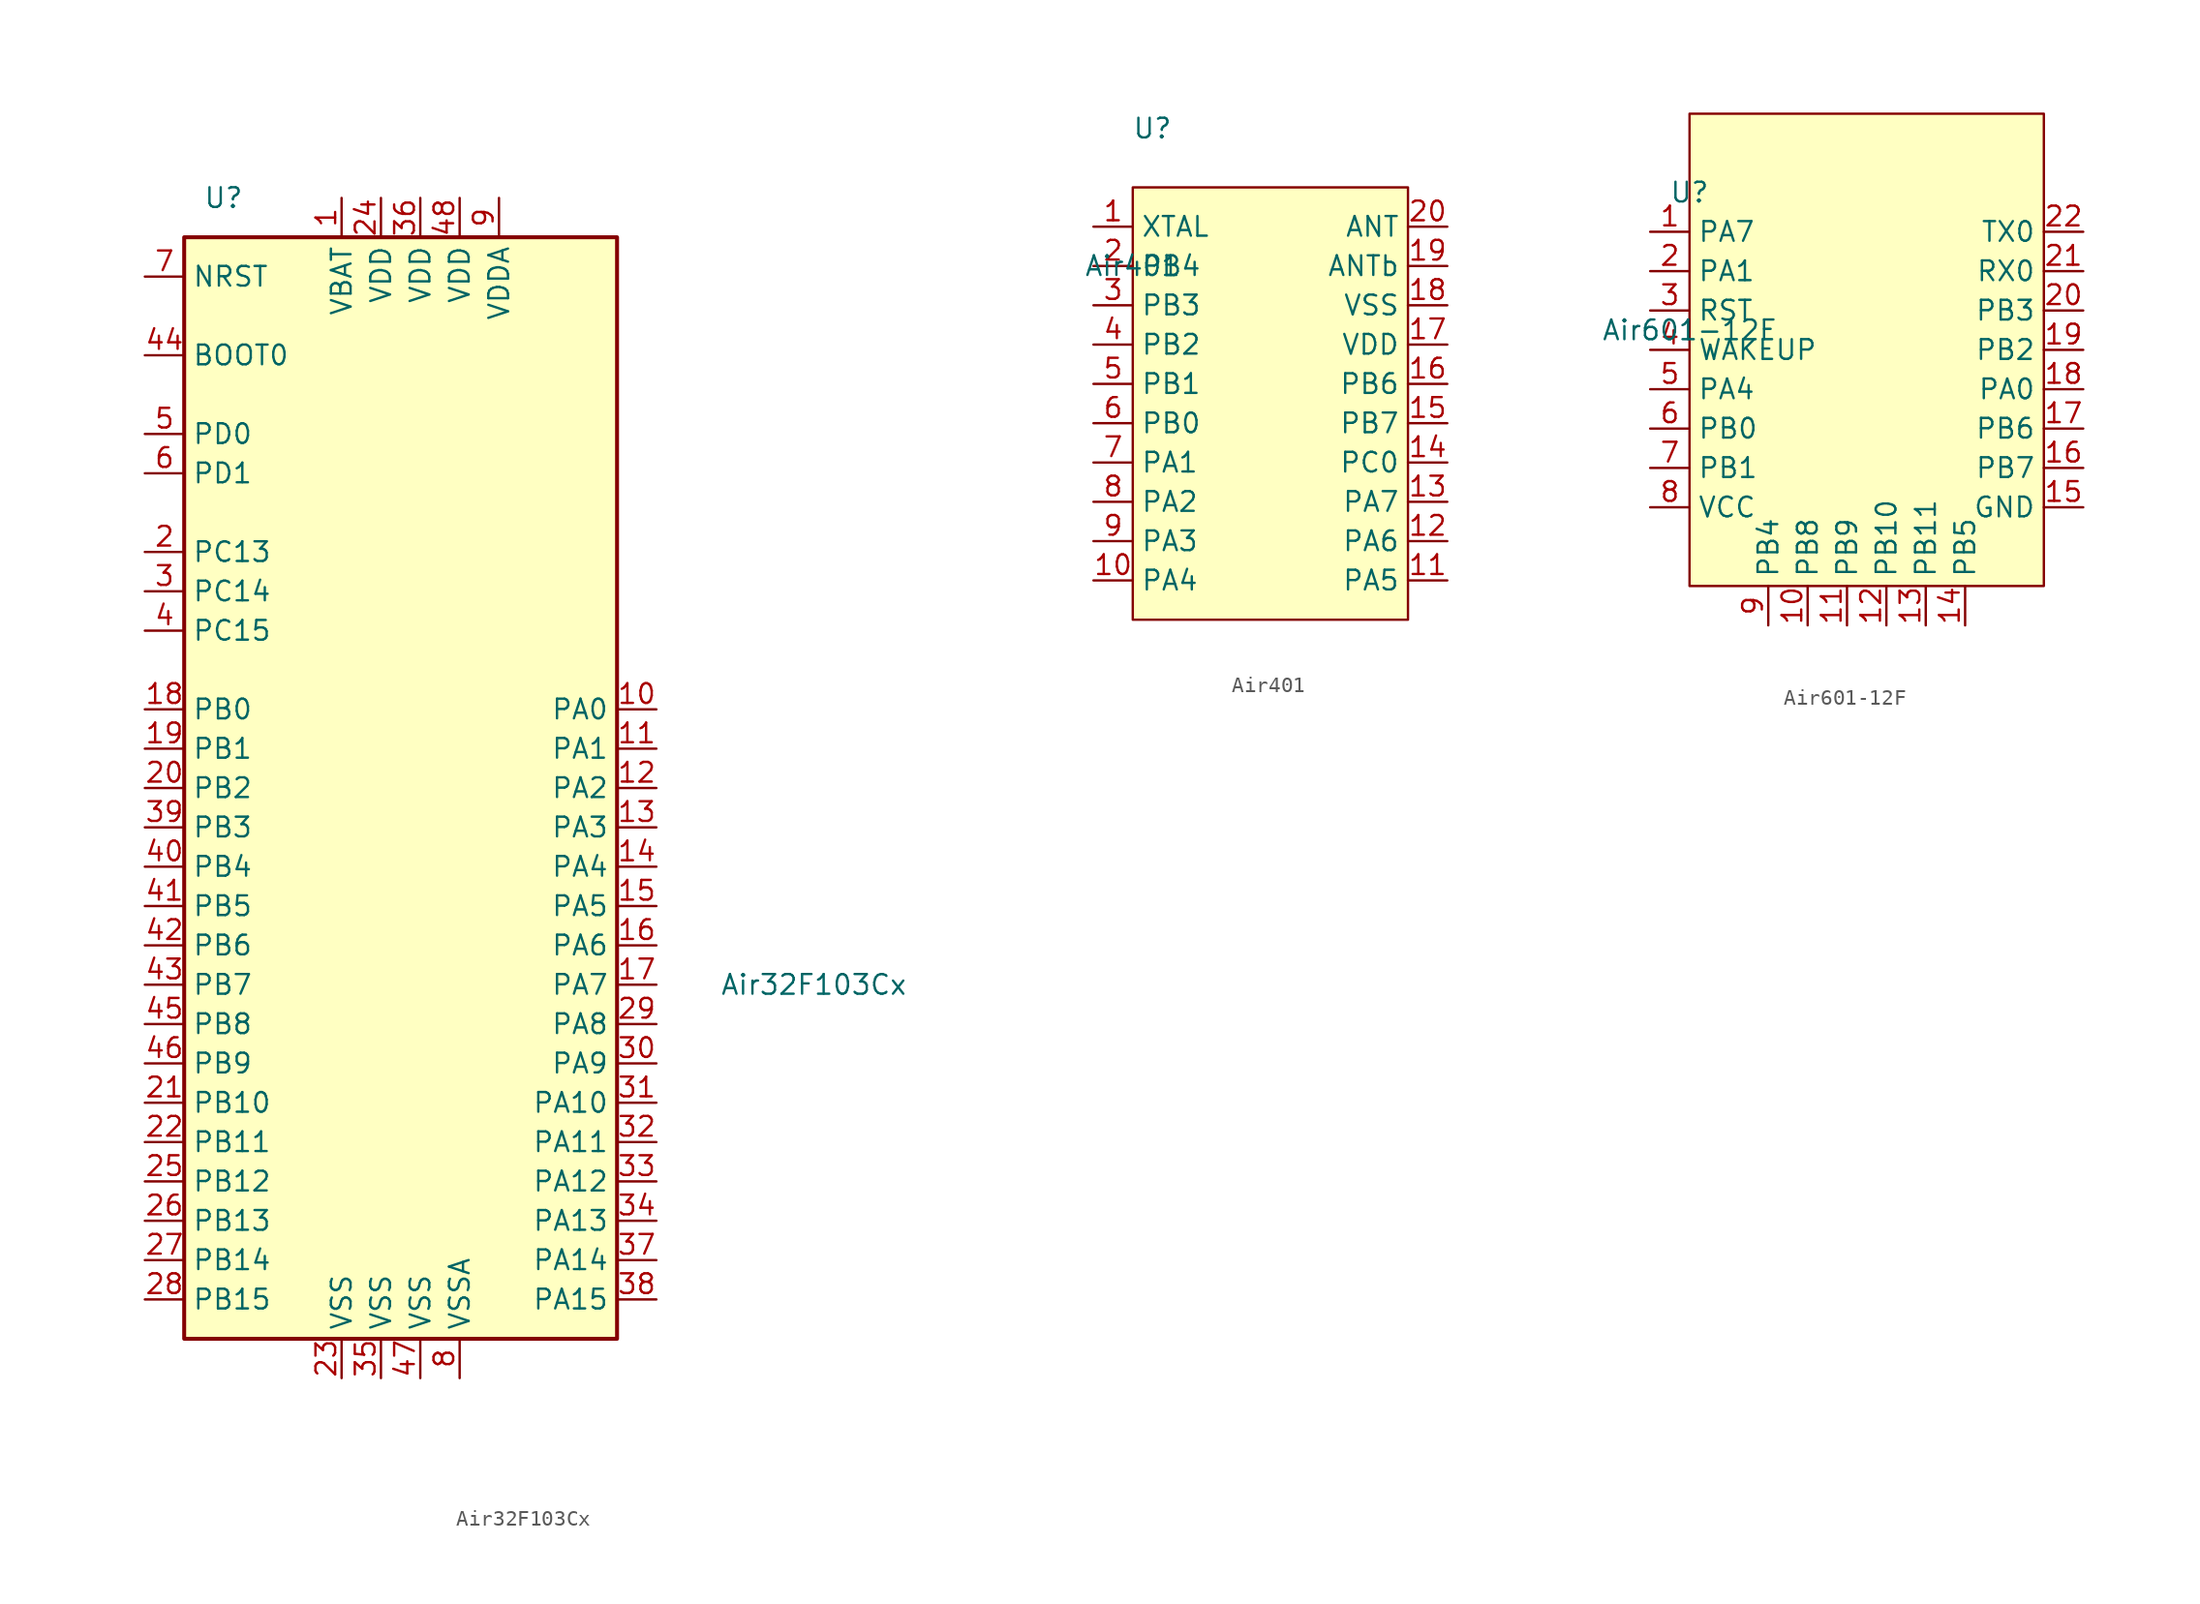
<source format=kicad_sym>
(kicad_symbol_lib
  (version 20220914)
  (generator kicad_symbol_editor)
  (symbol "Air32F103Cx"
    (property "Reference" "U"
      (at -10.16 38.1 0)
      (effects (font (size 1.27 1.27))))
    (property "Value" "Air32F103Cx"
      (at 27.94 -12.7 0)
      (effects (font (size 1.27 1.27))))
    (symbol "Air32F103Cx_0_1"
      (rectangle (start -12.7 35.56) (end 15.24 -35.56) (stroke (width 0.254) (type default)) (fill (type background))))
    (symbol "Air32F103Cx_1_1"
      (pin power_in line (at -2.54 38.1 270) (length 2.54) (name "VBAT" (effects (font (size 1.27 1.27)))) (number "1" (effects (font (size 1.27 1.27)))))
      (pin bidirectional line (at 17.78 5.08 180) (length 2.54) (name "PA0" (effects (font (size 1.27 1.27)))) (number "10" (effects (font (size 1.27 1.27)))))
      (pin bidirectional line (at 17.78 2.54 180) (length 2.54) (name "PA1" (effects (font (size 1.27 1.27)))) (number "11" (effects (font (size 1.27 1.27)))))
      (pin bidirectional line (at 17.78 0 180) (length 2.54) (name "PA2" (effects (font (size 1.27 1.27)))) (number "12" (effects (font (size 1.27 1.27)))))
      (pin bidirectional line (at 17.78 -2.54 180) (length 2.54) (name "PA3" (effects (font (size 1.27 1.27)))) (number "13" (effects (font (size 1.27 1.27)))))
      (pin bidirectional line (at 17.78 -5.08 180) (length 2.54) (name "PA4" (effects (font (size 1.27 1.27)))) (number "14" (effects (font (size 1.27 1.27)))))
      (pin bidirectional line (at 17.78 -7.62 180) (length 2.54) (name "PA5" (effects (font (size 1.27 1.27)))) (number "15" (effects (font (size 1.27 1.27)))))
      (pin bidirectional line (at 17.78 -10.16 180) (length 2.54) (name "PA6" (effects (font (size 1.27 1.27)))) (number "16" (effects (font (size 1.27 1.27)))))
      (pin bidirectional line (at 17.78 -12.7 180) (length 2.54) (name "PA7" (effects (font (size 1.27 1.27)))) (number "17" (effects (font (size 1.27 1.27)))))
      (pin bidirectional line (at -15.24 5.08 0) (length 2.54) (name "PB0" (effects (font (size 1.27 1.27)))) (number "18" (effects (font (size 1.27 1.27)))))
      (pin bidirectional line (at -15.24 2.54 0) (length 2.54) (name "PB1" (effects (font (size 1.27 1.27)))) (number "19" (effects (font (size 1.27 1.27)))))
      (pin bidirectional line (at -15.24 15.24 0) (length 2.54) (name "PC13" (effects (font (size 1.27 1.27)))) (number "2" (effects (font (size 1.27 1.27)))))
      (pin bidirectional line (at -15.24 0 0) (length 2.54) (name "PB2" (effects (font (size 1.27 1.27)))) (number "20" (effects (font (size 1.27 1.27)))))
      (pin bidirectional line (at -15.24 -20.32 0) (length 2.54) (name "PB10" (effects (font (size 1.27 1.27)))) (number "21" (effects (font (size 1.27 1.27)))))
      (pin bidirectional line (at -15.24 -22.86 0) (length 2.54) (name "PB11" (effects (font (size 1.27 1.27)))) (number "22" (effects (font (size 1.27 1.27)))))
      (pin power_in line (at -2.54 -38.1 90) (length 2.54) (name "VSS" (effects (font (size 1.27 1.27)))) (number "23" (effects (font (size 1.27 1.27)))))
      (pin power_in line (at 0 38.1 270) (length 2.54) (name "VDD" (effects (font (size 1.27 1.27)))) (number "24" (effects (font (size 1.27 1.27)))))
      (pin bidirectional line (at -15.24 -25.4 0) (length 2.54) (name "PB12" (effects (font (size 1.27 1.27)))) (number "25" (effects (font (size 1.27 1.27)))))
      (pin bidirectional line (at -15.24 -27.94 0) (length 2.54) (name "PB13" (effects (font (size 1.27 1.27)))) (number "26" (effects (font (size 1.27 1.27)))))
      (pin bidirectional line (at -15.24 -30.48 0) (length 2.54) (name "PB14" (effects (font (size 1.27 1.27)))) (number "27" (effects (font (size 1.27 1.27)))))
      (pin bidirectional line (at -15.24 -33.02 0) (length 2.54) (name "PB15" (effects (font (size 1.27 1.27)))) (number "28" (effects (font (size 1.27 1.27)))))
      (pin bidirectional line (at 17.78 -15.24 180) (length 2.54) (name "PA8" (effects (font (size 1.27 1.27)))) (number "29" (effects (font (size 1.27 1.27)))))
      (pin bidirectional line (at -15.24 12.7 0) (length 2.54) (name "PC14" (effects (font (size 1.27 1.27)))) (number "3" (effects (font (size 1.27 1.27)))))
      (pin bidirectional line (at 17.78 -17.78 180) (length 2.54) (name "PA9" (effects (font (size 1.27 1.27)))) (number "30" (effects (font (size 1.27 1.27)))))
      (pin bidirectional line (at 17.78 -20.32 180) (length 2.54) (name "PA10" (effects (font (size 1.27 1.27)))) (number "31" (effects (font (size 1.27 1.27)))))
      (pin bidirectional line (at 17.78 -22.86 180) (length 2.54) (name "PA11" (effects (font (size 1.27 1.27)))) (number "32" (effects (font (size 1.27 1.27)))))
      (pin bidirectional line (at 17.78 -25.4 180) (length 2.54) (name "PA12" (effects (font (size 1.27 1.27)))) (number "33" (effects (font (size 1.27 1.27)))))
      (pin bidirectional line (at 17.78 -27.94 180) (length 2.54) (name "PA13" (effects (font (size 1.27 1.27)))) (number "34" (effects (font (size 1.27 1.27)))))
      (pin power_in line (at 0 -38.1 90) (length 2.54) (name "VSS" (effects (font (size 1.27 1.27)))) (number "35" (effects (font (size 1.27 1.27)))))
      (pin power_in line (at 2.54 38.1 270) (length 2.54) (name "VDD" (effects (font (size 1.27 1.27)))) (number "36" (effects (font (size 1.27 1.27)))))
      (pin bidirectional line (at 17.78 -30.48 180) (length 2.54) (name "PA14" (effects (font (size 1.27 1.27)))) (number "37" (effects (font (size 1.27 1.27)))))
      (pin bidirectional line (at 17.78 -33.02 180) (length 2.54) (name "PA15" (effects (font (size 1.27 1.27)))) (number "38" (effects (font (size 1.27 1.27)))))
      (pin bidirectional line (at -15.24 -2.54 0) (length 2.54) (name "PB3" (effects (font (size 1.27 1.27)))) (number "39" (effects (font (size 1.27 1.27)))))
      (pin bidirectional line (at -15.24 10.16 0) (length 2.54) (name "PC15" (effects (font (size 1.27 1.27)))) (number "4" (effects (font (size 1.27 1.27)))))
      (pin bidirectional line (at -15.24 -5.08 0) (length 2.54) (name "PB4" (effects (font (size 1.27 1.27)))) (number "40" (effects (font (size 1.27 1.27)))))
      (pin bidirectional line (at -15.24 -7.62 0) (length 2.54) (name "PB5" (effects (font (size 1.27 1.27)))) (number "41" (effects (font (size 1.27 1.27)))))
      (pin bidirectional line (at -15.24 -10.16 0) (length 2.54) (name "PB6" (effects (font (size 1.27 1.27)))) (number "42" (effects (font (size 1.27 1.27)))))
      (pin bidirectional line (at -15.24 -12.7 0) (length 2.54) (name "PB7" (effects (font (size 1.27 1.27)))) (number "43" (effects (font (size 1.27 1.27)))))
      (pin input line (at -15.24 27.94 0) (length 2.54) (name "BOOT0" (effects (font (size 1.27 1.27)))) (number "44" (effects (font (size 1.27 1.27)))))
      (pin bidirectional line (at -15.24 -15.24 0) (length 2.54) (name "PB8" (effects (font (size 1.27 1.27)))) (number "45" (effects (font (size 1.27 1.27)))))
      (pin bidirectional line (at -15.24 -17.78 0) (length 2.54) (name "PB9" (effects (font (size 1.27 1.27)))) (number "46" (effects (font (size 1.27 1.27)))))
      (pin power_in line (at 2.54 -38.1 90) (length 2.54) (name "VSS" (effects (font (size 1.27 1.27)))) (number "47" (effects (font (size 1.27 1.27)))))
      (pin power_in line (at 5.08 38.1 270) (length 2.54) (name "VDD" (effects (font (size 1.27 1.27)))) (number "48" (effects (font (size 1.27 1.27)))))
      (pin bidirectional line (at -15.24 22.86 0) (length 2.54) (name "PD0" (effects (font (size 1.27 1.27)))) (number "5" (effects (font (size 1.27 1.27)))))
      (pin bidirectional line (at -15.24 20.32 0) (length 2.54) (name "PD1" (effects (font (size 1.27 1.27)))) (number "6" (effects (font (size 1.27 1.27)))))
      (pin input line (at -15.24 33.02 0) (length 2.54) (name "NRST" (effects (font (size 1.27 1.27)))) (number "7" (effects (font (size 1.27 1.27)))))
      (pin power_in line (at 5.08 -38.1 90) (length 2.54) (name "VSSA" (effects (font (size 1.27 1.27)))) (number "8" (effects (font (size 1.27 1.27)))))
      (pin power_in line (at 7.62 38.1 270) (length 2.54) (name "VDDA" (effects (font (size 1.27 1.27)))) (number "9" (effects (font (size 1.27 1.27)))))))
  (symbol "Air401"
    (property "Reference" "U"
      (at -7.62 19.05 0)
      (effects (font (size 1.27 1.27))))
    (property "Value" "Air401"
      (at -8.89 10.16 0)
      (effects (font (size 1.27 1.27))))
    (symbol "Air401_1_1"
      (rectangle (start -8.89 15.24) (end 8.89 -12.7) (stroke (width 0) (type default)) (fill (type background)))
      (pin bidirectional line (at -11.43 12.7 0) (length 2.54) (name "XTAL" (effects (font (size 1.27 1.27)))) (number "1" (effects (font (size 1.27 1.27)))))
      (pin bidirectional line (at -11.43 -10.16 0) (length 2.54) (name "PA4" (effects (font (size 1.27 1.27)))) (number "10" (effects (font (size 1.27 1.27)))))
      (pin bidirectional line (at 11.43 -10.16 180) (length 2.54) (name "PA5" (effects (font (size 1.27 1.27)))) (number "11" (effects (font (size 1.27 1.27)))))
      (pin bidirectional line (at 11.43 -7.62 180) (length 2.54) (name "PA6" (effects (font (size 1.27 1.27)))) (number "12" (effects (font (size 1.27 1.27)))))
      (pin bidirectional line (at 11.43 -5.08 180) (length 2.54) (name "PA7" (effects (font (size 1.27 1.27)))) (number "13" (effects (font (size 1.27 1.27)))))
      (pin bidirectional line (at 11.43 -2.54 180) (length 2.54) (name "PC0" (effects (font (size 1.27 1.27)))) (number "14" (effects (font (size 1.27 1.27)))))
      (pin bidirectional line (at 11.43 0 180) (length 2.54) (name "PB7" (effects (font (size 1.27 1.27)))) (number "15" (effects (font (size 1.27 1.27)))))
      (pin bidirectional line (at 11.43 2.54 180) (length 2.54) (name "PB6" (effects (font (size 1.27 1.27)))) (number "16" (effects (font (size 1.27 1.27)))))
      (pin bidirectional line (at 11.43 5.08 180) (length 2.54) (name "VDD" (effects (font (size 1.27 1.27)))) (number "17" (effects (font (size 1.27 1.27)))))
      (pin bidirectional line (at 11.43 7.62 180) (length 2.54) (name "VSS" (effects (font (size 1.27 1.27)))) (number "18" (effects (font (size 1.27 1.27)))))
      (pin bidirectional line (at 11.43 10.16 180) (length 2.54) (name "ANTb" (effects (font (size 1.27 1.27)))) (number "19" (effects (font (size 1.27 1.27)))))
      (pin bidirectional line (at -11.43 10.16 0) (length 2.54) (name "PB4" (effects (font (size 1.27 1.27)))) (number "2" (effects (font (size 1.27 1.27)))))
      (pin bidirectional line (at 11.43 12.7 180) (length 2.54) (name "ANT" (effects (font (size 1.27 1.27)))) (number "20" (effects (font (size 1.27 1.27)))))
      (pin bidirectional line (at -11.43 7.62 0) (length 2.54) (name "PB3" (effects (font (size 1.27 1.27)))) (number "3" (effects (font (size 1.27 1.27)))))
      (pin bidirectional line (at -11.43 5.08 0) (length 2.54) (name "PB2" (effects (font (size 1.27 1.27)))) (number "4" (effects (font (size 1.27 1.27)))))
      (pin bidirectional line (at -11.43 2.54 0) (length 2.54) (name "PB1" (effects (font (size 1.27 1.27)))) (number "5" (effects (font (size 1.27 1.27)))))
      (pin bidirectional line (at -11.43 0 0) (length 2.54) (name "PB0" (effects (font (size 1.27 1.27)))) (number "6" (effects (font (size 1.27 1.27)))))
      (pin bidirectional line (at -11.43 -2.54 0) (length 2.54) (name "PA1" (effects (font (size 1.27 1.27)))) (number "7" (effects (font (size 1.27 1.27)))))
      (pin bidirectional line (at -11.43 -5.08 0) (length 2.54) (name "PA2" (effects (font (size 1.27 1.27)))) (number "8" (effects (font (size 1.27 1.27)))))
      (pin bidirectional line (at -11.43 -7.62 0) (length 2.54) (name "PA3" (effects (font (size 1.27 1.27)))) (number "9" (effects (font (size 1.27 1.27)))))))
  (symbol "Air601-12F"
    (property "Reference" "U"
      (at -11.43 12.7 0)
      (effects (font (size 1.27 1.27))))
    (property "Value" "Air601-12F"
      (at -11.43 3.81 0)
      (effects (font (size 1.27 1.27))))
    (symbol "Air601-12F_1_1"
      (rectangle (start -11.43 17.78) (end 11.43 -12.7) (stroke (width 0) (type default)) (fill (type background)))
      (pin bidirectional line (at -13.97 10.16 0) (length 2.54) (name "PA7" (effects (font (size 1.27 1.27)))) (number "1" (effects (font (size 1.27 1.27)))))
      (pin bidirectional line (at -3.81 -15.24 90) (length 2.54) (name "PB8" (effects (font (size 1.27 1.27)))) (number "10" (effects (font (size 1.27 1.27)))))
      (pin bidirectional line (at -1.27 -15.24 90) (length 2.54) (name "PB9" (effects (font (size 1.27 1.27)))) (number "11" (effects (font (size 1.27 1.27)))))
      (pin bidirectional line (at 1.27 -15.24 90) (length 2.54) (name "PB10" (effects (font (size 1.27 1.27)))) (number "12" (effects (font (size 1.27 1.27)))))
      (pin bidirectional line (at 3.81 -15.24 90) (length 2.54) (name "PB11" (effects (font (size 1.27 1.27)))) (number "13" (effects (font (size 1.27 1.27)))))
      (pin bidirectional line (at 6.35 -15.24 90) (length 2.54) (name "PB5" (effects (font (size 1.27 1.27)))) (number "14" (effects (font (size 1.27 1.27)))))
      (pin power_in line (at 13.97 -7.62 180) (length 2.54) (name "GND" (effects (font (size 1.27 1.27)))) (number "15" (effects (font (size 1.27 1.27)))))
      (pin bidirectional line (at 13.97 -5.08 180) (length 2.54) (name "PB7" (effects (font (size 1.27 1.27)))) (number "16" (effects (font (size 1.27 1.27)))))
      (pin bidirectional line (at 13.97 -2.54 180) (length 2.54) (name "PB6" (effects (font (size 1.27 1.27)))) (number "17" (effects (font (size 1.27 1.27)))))
      (pin bidirectional line (at 13.97 0 180) (length 2.54) (name "PA0" (effects (font (size 1.27 1.27)))) (number "18" (effects (font (size 1.27 1.27)))))
      (pin bidirectional line (at 13.97 2.54 180) (length 2.54) (name "PB2" (effects (font (size 1.27 1.27)))) (number "19" (effects (font (size 1.27 1.27)))))
      (pin bidirectional line (at -13.97 7.62 0) (length 2.54) (name "PA1" (effects (font (size 1.27 1.27)))) (number "2" (effects (font (size 1.27 1.27)))))
      (pin bidirectional line (at 13.97 5.08 180) (length 2.54) (name "PB3" (effects (font (size 1.27 1.27)))) (number "20" (effects (font (size 1.27 1.27)))))
      (pin bidirectional line (at 13.97 7.62 180) (length 2.54) (name "RX0" (effects (font (size 1.27 1.27)))) (number "21" (effects (font (size 1.27 1.27)))))
      (pin bidirectional line (at 13.97 10.16 180) (length 2.54) (name "TX0" (effects (font (size 1.27 1.27)))) (number "22" (effects (font (size 1.27 1.27)))))
      (pin bidirectional line (at -13.97 5.08 0) (length 2.54) (name "RST" (effects (font (size 1.27 1.27)))) (number "3" (effects (font (size 1.27 1.27)))))
      (pin bidirectional line (at -13.97 2.54 0) (length 2.54) (name "WAKEUP" (effects (font (size 1.27 1.27)))) (number "4" (effects (font (size 1.27 1.27)))))
      (pin bidirectional line (at -13.97 0 0) (length 2.54) (name "PA4" (effects (font (size 1.27 1.27)))) (number "5" (effects (font (size 1.27 1.27)))))
      (pin bidirectional line (at -13.97 -2.54 0) (length 2.54) (name "PB0" (effects (font (size 1.27 1.27)))) (number "6" (effects (font (size 1.27 1.27)))))
      (pin bidirectional line (at -13.97 -5.08 0) (length 2.54) (name "PB1" (effects (font (size 1.27 1.27)))) (number "7" (effects (font (size 1.27 1.27)))))
      (pin power_in line (at -13.97 -7.62 0) (length 2.54) (name "VCC" (effects (font (size 1.27 1.27)))) (number "8" (effects (font (size 1.27 1.27)))))
      (pin bidirectional line (at -6.35 -15.24 90) (length 2.54) (name "PB4" (effects (font (size 1.27 1.27)))) (number "9" (effects (font (size 1.27 1.27))))))))
</source>
